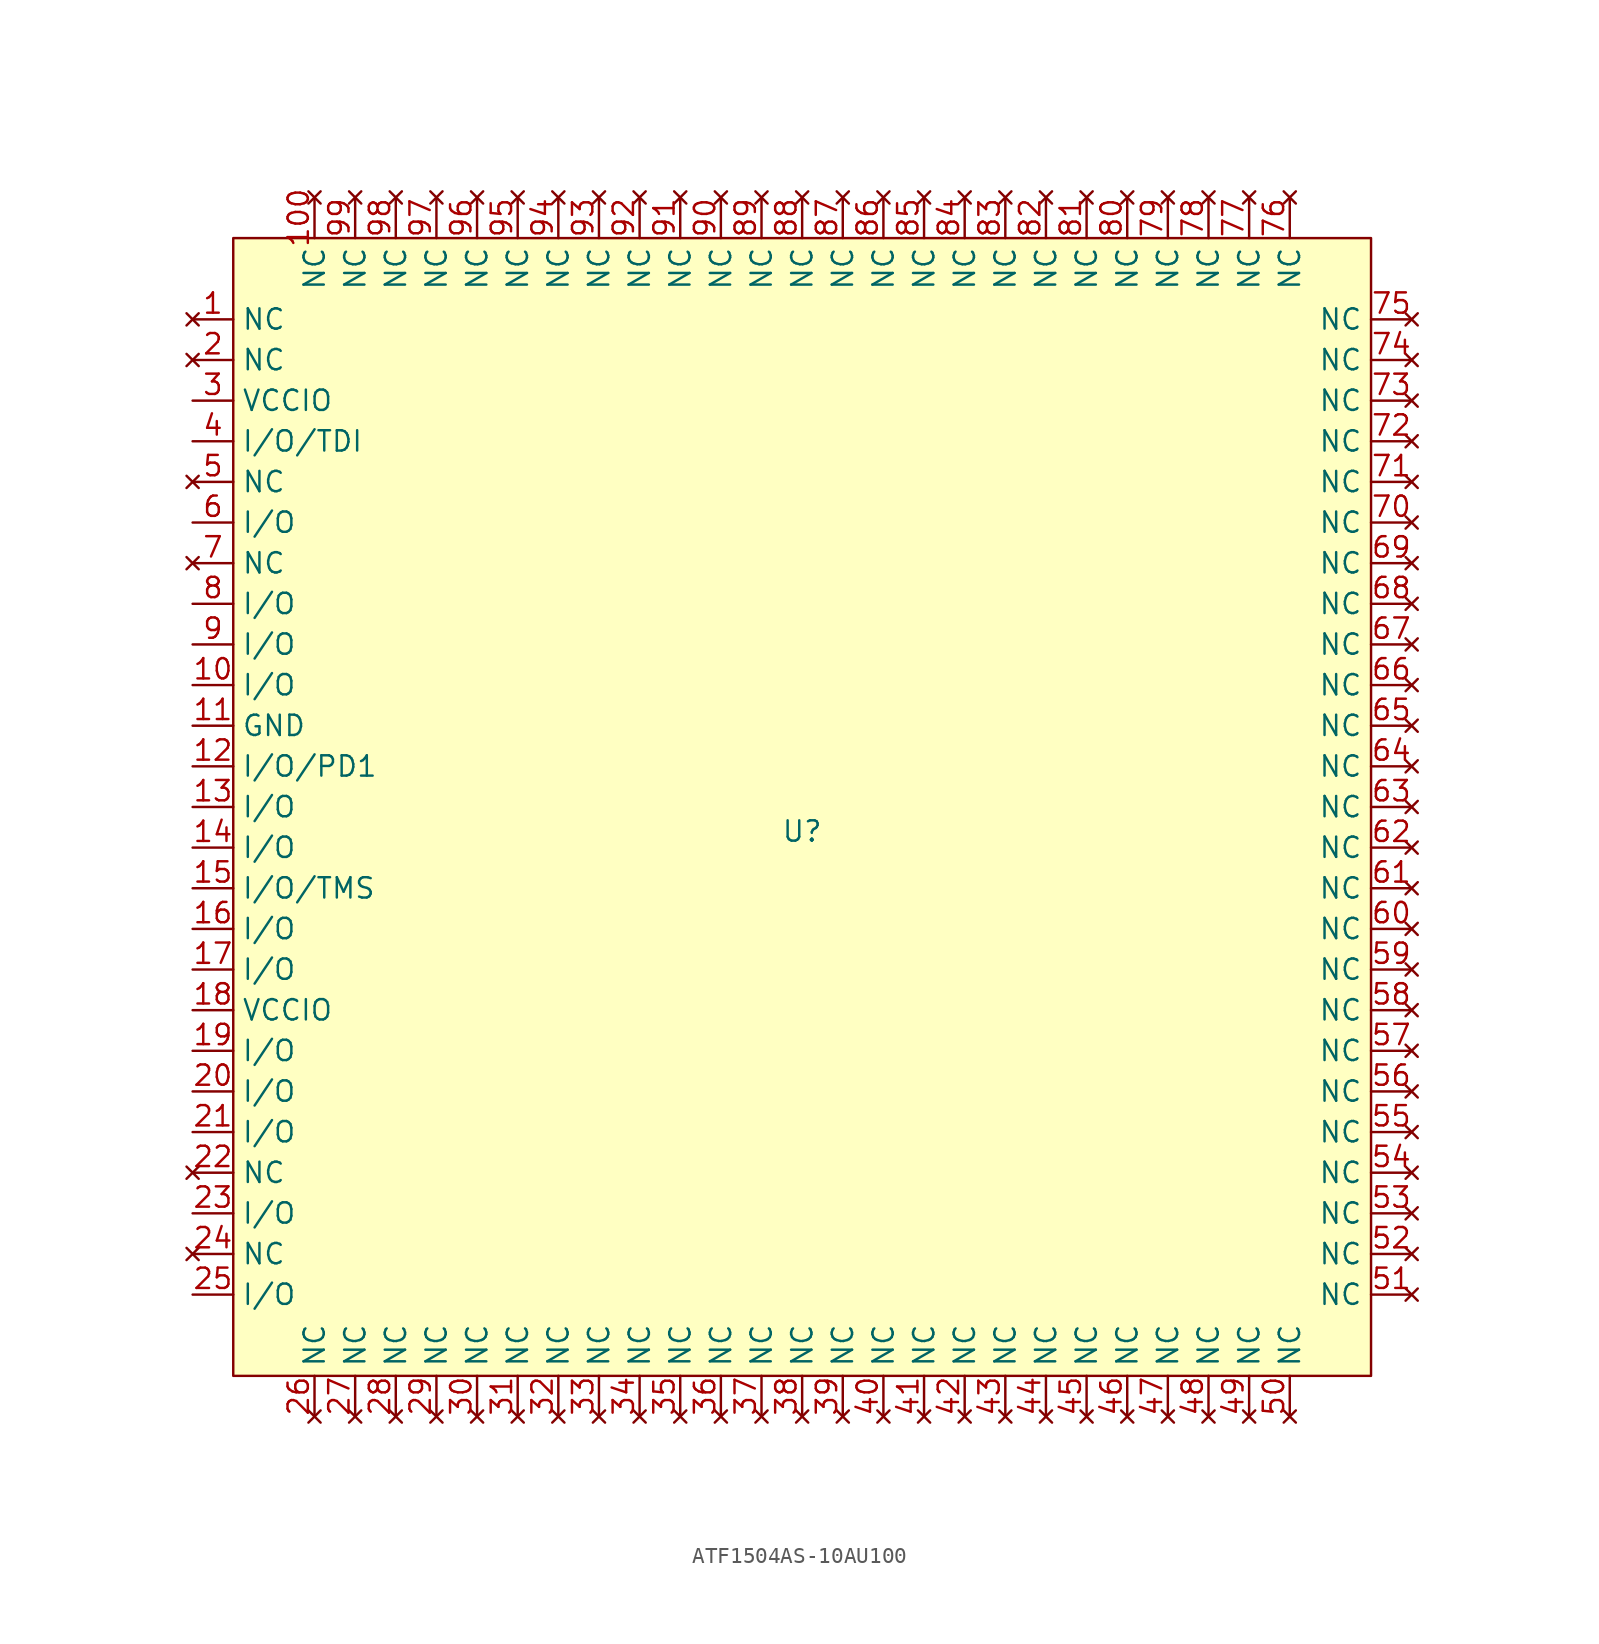
<source format=kicad_sym>
(kicad_symbol_lib
  (version 20241209)
  (generator "kicad_symbol_editor")
  (generator_version "9.0")
  (symbol "ATF1504AS-10AU100"
    (property "Reference" "U"
      (at 0 -0.254 0)
      (effects (font (size 1.27 1.27))))
    (property "Value" ""
      (at 0 0 0)
      (effects (font (size 1.27 1.27))))
    (symbol "ATF1504AS-10AU100_1_1"
      (rectangle (start -35.56 36.83) (end 35.56 -34.29) (stroke (width 0) (type solid)) (fill (type background)))
      (pin no_connect line (at -38.1 31.75 0) (length 2.54) (name "NC" (effects (font (size 1.27 1.27)))) (number "1" (effects (font (size 1.27 1.27)))))
      (pin no_connect line (at -38.1 29.21 0) (length 2.54) (name "NC" (effects (font (size 1.27 1.27)))) (number "2" (effects (font (size 1.27 1.27)))))
      (pin power_in line (at -38.1 26.67 0) (length 2.54) (name "VCCIO" (effects (font (size 1.27 1.27)))) (number "3" (effects (font (size 1.27 1.27)))))
      (pin bidirectional line (at -38.1 24.13 0) (length 2.54) (name "I/O/TDI" (effects (font (size 1.27 1.27)))) (number "4" (effects (font (size 1.27 1.27)))))
      (pin no_connect line (at -38.1 21.59 0) (length 2.54) (name "NC" (effects (font (size 1.27 1.27)))) (number "5" (effects (font (size 1.27 1.27)))))
      (pin bidirectional line (at -38.1 19.05 0) (length 2.54) (name "I/O" (effects (font (size 1.27 1.27)))) (number "6" (effects (font (size 1.27 1.27)))))
      (pin no_connect line (at -38.1 16.51 0) (length 2.54) (name "NC" (effects (font (size 1.27 1.27)))) (number "7" (effects (font (size 1.27 1.27)))))
      (pin bidirectional line (at -38.1 13.97 0) (length 2.54) (name "I/O" (effects (font (size 1.27 1.27)))) (number "8" (effects (font (size 1.27 1.27)))))
      (pin bidirectional line (at -38.1 11.43 0) (length 2.54) (name "I/O" (effects (font (size 1.27 1.27)))) (number "9" (effects (font (size 1.27 1.27)))))
      (pin bidirectional line (at -38.1 8.89 0) (length 2.54) (name "I/O" (effects (font (size 1.27 1.27)))) (number "10" (effects (font (size 1.27 1.27)))))
      (pin power_in line (at -38.1 6.35 0) (length 2.54) (name "GND" (effects (font (size 1.27 1.27)))) (number "11" (effects (font (size 1.27 1.27)))))
      (pin bidirectional line (at -38.1 3.81 0) (length 2.54) (name "I/O/PD1" (effects (font (size 1.27 1.27)))) (number "12" (effects (font (size 1.27 1.27)))))
      (pin bidirectional line (at -38.1 1.27 0) (length 2.54) (name "I/O" (effects (font (size 1.27 1.27)))) (number "13" (effects (font (size 1.27 1.27)))))
      (pin bidirectional line (at -38.1 -1.27 0) (length 2.54) (name "I/O" (effects (font (size 1.27 1.27)))) (number "14" (effects (font (size 1.27 1.27)))))
      (pin bidirectional line (at -38.1 -3.81 0) (length 2.54) (name "I/O/TMS" (effects (font (size 1.27 1.27)))) (number "15" (effects (font (size 1.27 1.27)))))
      (pin bidirectional line (at -38.1 -6.35 0) (length 2.54) (name "I/O" (effects (font (size 1.27 1.27)))) (number "16" (effects (font (size 1.27 1.27)))))
      (pin bidirectional line (at -38.1 -8.89 0) (length 2.54) (name "I/O" (effects (font (size 1.27 1.27)))) (number "17" (effects (font (size 1.27 1.27)))))
      (pin power_in line (at -38.1 -11.43 0) (length 2.54) (name "VCCIO" (effects (font (size 1.27 1.27)))) (number "18" (effects (font (size 1.27 1.27)))))
      (pin bidirectional line (at -38.1 -13.97 0) (length 2.54) (name "I/O" (effects (font (size 1.27 1.27)))) (number "19" (effects (font (size 1.27 1.27)))))
      (pin bidirectional line (at -38.1 -16.51 0) (length 2.54) (name "I/O" (effects (font (size 1.27 1.27)))) (number "20" (effects (font (size 1.27 1.27)))))
      (pin bidirectional line (at -38.1 -19.05 0) (length 2.54) (name "I/O" (effects (font (size 1.27 1.27)))) (number "21" (effects (font (size 1.27 1.27)))))
      (pin no_connect line (at -38.1 -21.59 0) (length 2.54) (name "NC" (effects (font (size 1.27 1.27)))) (number "22" (effects (font (size 1.27 1.27)))))
      (pin bidirectional line (at -38.1 -24.13 0) (length 2.54) (name "I/O" (effects (font (size 1.27 1.27)))) (number "23" (effects (font (size 1.27 1.27)))))
      (pin no_connect line (at -38.1 -26.67 0) (length 2.54) (name "NC" (effects (font (size 1.27 1.27)))) (number "24" (effects (font (size 1.27 1.27)))))
      (pin bidirectional line (at -38.1 -29.21 0) (length 2.54) (name "I/O" (effects (font (size 1.27 1.27)))) (number "25" (effects (font (size 1.27 1.27)))))
      (pin no_connect line (at -30.48 39.37 270) (length 2.54) (name "NC" (effects (font (size 1.27 1.27)))) (number "100" (effects (font (size 1.27 1.27)))))
      (pin no_connect line (at -30.48 -36.83 90) (length 2.54) (name "NC" (effects (font (size 1.27 1.27)))) (number "26" (effects (font (size 1.27 1.27)))))
      (pin no_connect line (at -27.94 39.37 270) (length 2.54) (name "NC" (effects (font (size 1.27 1.27)))) (number "99" (effects (font (size 1.27 1.27)))))
      (pin no_connect line (at -27.94 -36.83 90) (length 2.54) (name "NC" (effects (font (size 1.27 1.27)))) (number "27" (effects (font (size 1.27 1.27)))))
      (pin no_connect line (at -25.4 39.37 270) (length 2.54) (name "NC" (effects (font (size 1.27 1.27)))) (number "98" (effects (font (size 1.27 1.27)))))
      (pin no_connect line (at -25.4 -36.83 90) (length 2.54) (name "NC" (effects (font (size 1.27 1.27)))) (number "28" (effects (font (size 1.27 1.27)))))
      (pin no_connect line (at -22.86 39.37 270) (length 2.54) (name "NC" (effects (font (size 1.27 1.27)))) (number "97" (effects (font (size 1.27 1.27)))))
      (pin no_connect line (at -22.86 -36.83 90) (length 2.54) (name "NC" (effects (font (size 1.27 1.27)))) (number "29" (effects (font (size 1.27 1.27)))))
      (pin no_connect line (at -20.32 39.37 270) (length 2.54) (name "NC" (effects (font (size 1.27 1.27)))) (number "96" (effects (font (size 1.27 1.27)))))
      (pin no_connect line (at -20.32 -36.83 90) (length 2.54) (name "NC" (effects (font (size 1.27 1.27)))) (number "30" (effects (font (size 1.27 1.27)))))
      (pin no_connect line (at -17.78 39.37 270) (length 2.54) (name "NC" (effects (font (size 1.27 1.27)))) (number "95" (effects (font (size 1.27 1.27)))))
      (pin no_connect line (at -17.78 -36.83 90) (length 2.54) (name "NC" (effects (font (size 1.27 1.27)))) (number "31" (effects (font (size 1.27 1.27)))))
      (pin no_connect line (at -15.24 39.37 270) (length 2.54) (name "NC" (effects (font (size 1.27 1.27)))) (number "94" (effects (font (size 1.27 1.27)))))
      (pin no_connect line (at -15.24 -36.83 90) (length 2.54) (name "NC" (effects (font (size 1.27 1.27)))) (number "32" (effects (font (size 1.27 1.27)))))
      (pin no_connect line (at -12.7 39.37 270) (length 2.54) (name "NC" (effects (font (size 1.27 1.27)))) (number "93" (effects (font (size 1.27 1.27)))))
      (pin no_connect line (at -12.7 -36.83 90) (length 2.54) (name "NC" (effects (font (size 1.27 1.27)))) (number "33" (effects (font (size 1.27 1.27)))))
      (pin no_connect line (at -10.16 39.37 270) (length 2.54) (name "NC" (effects (font (size 1.27 1.27)))) (number "92" (effects (font (size 1.27 1.27)))))
      (pin no_connect line (at -10.16 -36.83 90) (length 2.54) (name "NC" (effects (font (size 1.27 1.27)))) (number "34" (effects (font (size 1.27 1.27)))))
      (pin no_connect line (at -7.62 39.37 270) (length 2.54) (name "NC" (effects (font (size 1.27 1.27)))) (number "91" (effects (font (size 1.27 1.27)))))
      (pin no_connect line (at -7.62 -36.83 90) (length 2.54) (name "NC" (effects (font (size 1.27 1.27)))) (number "35" (effects (font (size 1.27 1.27)))))
      (pin no_connect line (at -5.08 39.37 270) (length 2.54) (name "NC" (effects (font (size 1.27 1.27)))) (number "90" (effects (font (size 1.27 1.27)))))
      (pin no_connect line (at -5.08 -36.83 90) (length 2.54) (name "NC" (effects (font (size 1.27 1.27)))) (number "36" (effects (font (size 1.27 1.27)))))
      (pin no_connect line (at -2.54 39.37 270) (length 2.54) (name "NC" (effects (font (size 1.27 1.27)))) (number "89" (effects (font (size 1.27 1.27)))))
      (pin no_connect line (at -2.54 -36.83 90) (length 2.54) (name "NC" (effects (font (size 1.27 1.27)))) (number "37" (effects (font (size 1.27 1.27)))))
      (pin no_connect line (at 0 39.37 270) (length 2.54) (name "NC" (effects (font (size 1.27 1.27)))) (number "88" (effects (font (size 1.27 1.27)))))
      (pin no_connect line (at 0 -36.83 90) (length 2.54) (name "NC" (effects (font (size 1.27 1.27)))) (number "38" (effects (font (size 1.27 1.27)))))
      (pin no_connect line (at 2.54 39.37 270) (length 2.54) (name "NC" (effects (font (size 1.27 1.27)))) (number "87" (effects (font (size 1.27 1.27)))))
      (pin no_connect line (at 2.54 -36.83 90) (length 2.54) (name "NC" (effects (font (size 1.27 1.27)))) (number "39" (effects (font (size 1.27 1.27)))))
      (pin no_connect line (at 5.08 39.37 270) (length 2.54) (name "NC" (effects (font (size 1.27 1.27)))) (number "86" (effects (font (size 1.27 1.27)))))
      (pin no_connect line (at 5.08 -36.83 90) (length 2.54) (name "NC" (effects (font (size 1.27 1.27)))) (number "40" (effects (font (size 1.27 1.27)))))
      (pin no_connect line (at 7.62 39.37 270) (length 2.54) (name "NC" (effects (font (size 1.27 1.27)))) (number "85" (effects (font (size 1.27 1.27)))))
      (pin no_connect line (at 7.62 -36.83 90) (length 2.54) (name "NC" (effects (font (size 1.27 1.27)))) (number "41" (effects (font (size 1.27 1.27)))))
      (pin no_connect line (at 10.16 39.37 270) (length 2.54) (name "NC" (effects (font (size 1.27 1.27)))) (number "84" (effects (font (size 1.27 1.27)))))
      (pin no_connect line (at 10.16 -36.83 90) (length 2.54) (name "NC" (effects (font (size 1.27 1.27)))) (number "42" (effects (font (size 1.27 1.27)))))
      (pin no_connect line (at 12.7 39.37 270) (length 2.54) (name "NC" (effects (font (size 1.27 1.27)))) (number "83" (effects (font (size 1.27 1.27)))))
      (pin no_connect line (at 12.7 -36.83 90) (length 2.54) (name "NC" (effects (font (size 1.27 1.27)))) (number "43" (effects (font (size 1.27 1.27)))))
      (pin no_connect line (at 15.24 39.37 270) (length 2.54) (name "NC" (effects (font (size 1.27 1.27)))) (number "82" (effects (font (size 1.27 1.27)))))
      (pin no_connect line (at 15.24 -36.83 90) (length 2.54) (name "NC" (effects (font (size 1.27 1.27)))) (number "44" (effects (font (size 1.27 1.27)))))
      (pin no_connect line (at 17.78 39.37 270) (length 2.54) (name "NC" (effects (font (size 1.27 1.27)))) (number "81" (effects (font (size 1.27 1.27)))))
      (pin no_connect line (at 17.78 -36.83 90) (length 2.54) (name "NC" (effects (font (size 1.27 1.27)))) (number "45" (effects (font (size 1.27 1.27)))))
      (pin no_connect line (at 20.32 39.37 270) (length 2.54) (name "NC" (effects (font (size 1.27 1.27)))) (number "80" (effects (font (size 1.27 1.27)))))
      (pin no_connect line (at 20.32 -36.83 90) (length 2.54) (name "NC" (effects (font (size 1.27 1.27)))) (number "46" (effects (font (size 1.27 1.27)))))
      (pin no_connect line (at 22.86 39.37 270) (length 2.54) (name "NC" (effects (font (size 1.27 1.27)))) (number "79" (effects (font (size 1.27 1.27)))))
      (pin no_connect line (at 22.86 -36.83 90) (length 2.54) (name "NC" (effects (font (size 1.27 1.27)))) (number "47" (effects (font (size 1.27 1.27)))))
      (pin no_connect line (at 25.4 39.37 270) (length 2.54) (name "NC" (effects (font (size 1.27 1.27)))) (number "78" (effects (font (size 1.27 1.27)))))
      (pin no_connect line (at 25.4 -36.83 90) (length 2.54) (name "NC" (effects (font (size 1.27 1.27)))) (number "48" (effects (font (size 1.27 1.27)))))
      (pin no_connect line (at 27.94 39.37 270) (length 2.54) (name "NC" (effects (font (size 1.27 1.27)))) (number "77" (effects (font (size 1.27 1.27)))))
      (pin no_connect line (at 27.94 -36.83 90) (length 2.54) (name "NC" (effects (font (size 1.27 1.27)))) (number "49" (effects (font (size 1.27 1.27)))))
      (pin no_connect line (at 30.48 39.37 270) (length 2.54) (name "NC" (effects (font (size 1.27 1.27)))) (number "76" (effects (font (size 1.27 1.27)))))
      (pin no_connect line (at 30.48 -36.83 90) (length 2.54) (name "NC" (effects (font (size 1.27 1.27)))) (number "50" (effects (font (size 1.27 1.27)))))
      (pin no_connect line (at 38.1 31.75 180) (length 2.54) (name "NC" (effects (font (size 1.27 1.27)))) (number "75" (effects (font (size 1.27 1.27)))))
      (pin no_connect line (at 38.1 29.21 180) (length 2.54) (name "NC" (effects (font (size 1.27 1.27)))) (number "74" (effects (font (size 1.27 1.27)))))
      (pin no_connect line (at 38.1 26.67 180) (length 2.54) (name "NC" (effects (font (size 1.27 1.27)))) (number "73" (effects (font (size 1.27 1.27)))))
      (pin no_connect line (at 38.1 24.13 180) (length 2.54) (name "NC" (effects (font (size 1.27 1.27)))) (number "72" (effects (font (size 1.27 1.27)))))
      (pin no_connect line (at 38.1 21.59 180) (length 2.54) (name "NC" (effects (font (size 1.27 1.27)))) (number "71" (effects (font (size 1.27 1.27)))))
      (pin no_connect line (at 38.1 19.05 180) (length 2.54) (name "NC" (effects (font (size 1.27 1.27)))) (number "70" (effects (font (size 1.27 1.27)))))
      (pin no_connect line (at 38.1 16.51 180) (length 2.54) (name "NC" (effects (font (size 1.27 1.27)))) (number "69" (effects (font (size 1.27 1.27)))))
      (pin no_connect line (at 38.1 13.97 180) (length 2.54) (name "NC" (effects (font (size 1.27 1.27)))) (number "68" (effects (font (size 1.27 1.27)))))
      (pin no_connect line (at 38.1 11.43 180) (length 2.54) (name "NC" (effects (font (size 1.27 1.27)))) (number "67" (effects (font (size 1.27 1.27)))))
      (pin no_connect line (at 38.1 8.89 180) (length 2.54) (name "NC" (effects (font (size 1.27 1.27)))) (number "66" (effects (font (size 1.27 1.27)))))
      (pin no_connect line (at 38.1 6.35 180) (length 2.54) (name "NC" (effects (font (size 1.27 1.27)))) (number "65" (effects (font (size 1.27 1.27)))))
      (pin no_connect line (at 38.1 3.81 180) (length 2.54) (name "NC" (effects (font (size 1.27 1.27)))) (number "64" (effects (font (size 1.27 1.27)))))
      (pin no_connect line (at 38.1 1.27 180) (length 2.54) (name "NC" (effects (font (size 1.27 1.27)))) (number "63" (effects (font (size 1.27 1.27)))))
      (pin no_connect line (at 38.1 -1.27 180) (length 2.54) (name "NC" (effects (font (size 1.27 1.27)))) (number "62" (effects (font (size 1.27 1.27)))))
      (pin no_connect line (at 38.1 -3.81 180) (length 2.54) (name "NC" (effects (font (size 1.27 1.27)))) (number "61" (effects (font (size 1.27 1.27)))))
      (pin no_connect line (at 38.1 -6.35 180) (length 2.54) (name "NC" (effects (font (size 1.27 1.27)))) (number "60" (effects (font (size 1.27 1.27)))))
      (pin no_connect line (at 38.1 -8.89 180) (length 2.54) (name "NC" (effects (font (size 1.27 1.27)))) (number "59" (effects (font (size 1.27 1.27)))))
      (pin no_connect line (at 38.1 -11.43 180) (length 2.54) (name "NC" (effects (font (size 1.27 1.27)))) (number "58" (effects (font (size 1.27 1.27)))))
      (pin no_connect line (at 38.1 -13.97 180) (length 2.54) (name "NC" (effects (font (size 1.27 1.27)))) (number "57" (effects (font (size 1.27 1.27)))))
      (pin no_connect line (at 38.1 -16.51 180) (length 2.54) (name "NC" (effects (font (size 1.27 1.27)))) (number "56" (effects (font (size 1.27 1.27)))))
      (pin no_connect line (at 38.1 -19.05 180) (length 2.54) (name "NC" (effects (font (size 1.27 1.27)))) (number "55" (effects (font (size 1.27 1.27)))))
      (pin no_connect line (at 38.1 -21.59 180) (length 2.54) (name "NC" (effects (font (size 1.27 1.27)))) (number "54" (effects (font (size 1.27 1.27)))))
      (pin no_connect line (at 38.1 -24.13 180) (length 2.54) (name "NC" (effects (font (size 1.27 1.27)))) (number "53" (effects (font (size 1.27 1.27)))))
      (pin no_connect line (at 38.1 -26.67 180) (length 2.54) (name "NC" (effects (font (size 1.27 1.27)))) (number "52" (effects (font (size 1.27 1.27)))))
      (pin no_connect line (at 38.1 -29.21 180) (length 2.54) (name "NC" (effects (font (size 1.27 1.27)))) (number "51" (effects (font (size 1.27 1.27))))))))
</source>
